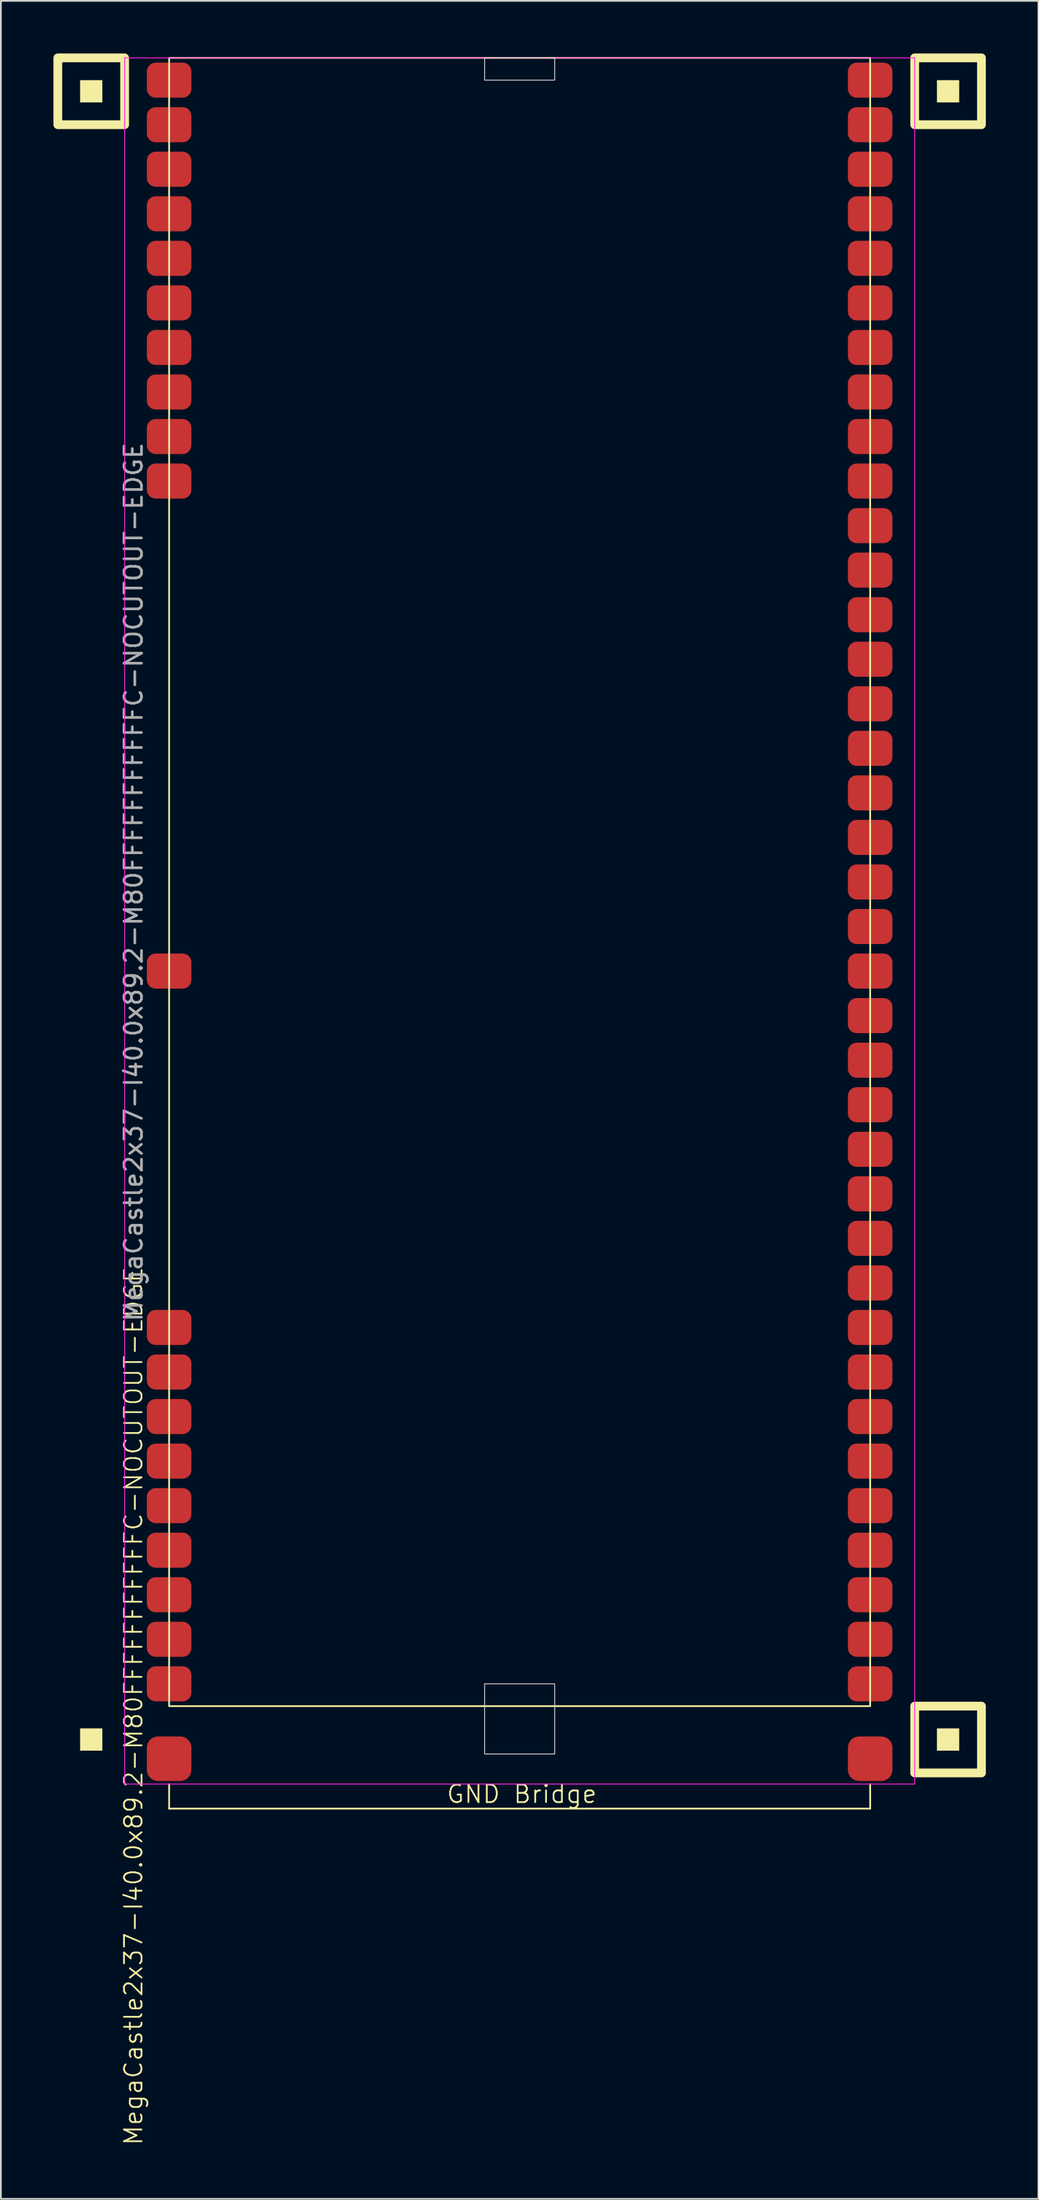
<source format=kicad_pcb>
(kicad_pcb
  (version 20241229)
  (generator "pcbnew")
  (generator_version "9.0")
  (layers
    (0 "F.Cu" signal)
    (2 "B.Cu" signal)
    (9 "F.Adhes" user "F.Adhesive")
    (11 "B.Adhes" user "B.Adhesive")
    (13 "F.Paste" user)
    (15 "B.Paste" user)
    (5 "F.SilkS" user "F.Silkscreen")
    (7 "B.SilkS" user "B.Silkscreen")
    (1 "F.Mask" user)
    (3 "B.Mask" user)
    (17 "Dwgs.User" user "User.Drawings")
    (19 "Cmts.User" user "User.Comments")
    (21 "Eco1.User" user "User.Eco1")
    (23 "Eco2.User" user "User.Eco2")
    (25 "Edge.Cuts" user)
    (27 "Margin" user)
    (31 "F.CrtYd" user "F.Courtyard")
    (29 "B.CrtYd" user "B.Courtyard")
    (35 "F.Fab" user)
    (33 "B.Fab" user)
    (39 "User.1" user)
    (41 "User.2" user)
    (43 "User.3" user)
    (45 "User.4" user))
  (footprint "MegaCastle2x37-I40.0x89.2-M80FFFFFFFFFFFC-NOCUTOUT-EDGE"
    (layer "F.Cu")
    (at 26.6 47.24)
    (property "Reference" "MegaCastle2x37-I40.0x89.2-M80FFFFFFFFFFFC-NOCUTOUT-EDGE" (at -22.032 46.99 90) (unlocked yes) (layer "F.SilkS") (effects (font (size 1 1) (thickness 0.1))))
    (attr smd)
    (fp_line (start -20 51.435) (end -20 52.835) (stroke (width 0.1) (type default)) (layer "F.SilkS"))
    (fp_line (start -20 52.835) (end 20 52.835) (stroke (width 0.1) (type default)) (layer "F.SilkS"))
    (fp_line (start 20 51.435) (end 20 52.835) (stroke (width 0.1) (type default)) (layer "F.SilkS"))
    (fp_rect (start -23.81 -44.45) (end -25.08 -45.72) (stroke (width 0) (type solid)) (fill yes) (layer "F.SilkS"))
    (fp_rect (start -23.81 49.53) (end -25.08 48.26) (stroke (width 0) (type solid)) (fill yes) (layer "F.SilkS"))
    (fp_rect (start -22.54 -43.18) (end -26.35 -46.99) (stroke (width 0.5) (type default)) (fill no) (layer "F.SilkS"))
    (fp_rect (start -20 -46.99) (end 20 46.99) (stroke (width 0.1) (type default)) (fill no) (layer "F.SilkS"))
    (fp_rect (start 25.08 -44.45) (end 23.81 -45.72) (stroke (width 0) (type solid)) (fill yes) (layer "F.SilkS"))
    (fp_rect (start 25.08 49.53) (end 23.81 48.26) (stroke (width 0) (type solid)) (fill yes) (layer "F.SilkS"))
    (fp_rect (start 26.35 -43.18) (end 22.54 -46.99) (stroke (width 0.5) (type default)) (fill no) (layer "F.SilkS"))
    (fp_rect (start 26.35 50.8) (end 22.54 46.99) (stroke (width 0.5) (type default)) (fill no) (layer "F.SilkS"))
    (fp_rect (start -2 -45.72) (end 2 -46.99) (stroke (width 0.05) (type default)) (fill no) (layer "Edge.Cuts"))
    (fp_rect (start -2 45.72) (end 2 49.72) (stroke (width 0.05) (type default)) (fill no) (layer "Edge.Cuts"))
    (fp_line (start -22.54 -46.99) (end -22.54 51.435) (stroke (width 0.05) (type default)) (layer "F.CrtYd"))
    (fp_line (start -22.54 51.435) (end 22.54 51.435) (stroke (width 0.05) (type default)) (layer "F.CrtYd"))
    (fp_line (start 22.54 -46.99) (end -22.54 -46.99) (stroke (width 0.05) (type default)) (layer "F.CrtYd"))
    (fp_line (start 22.54 -46.99) (end 22.54 51.435) (stroke (width 0.05) (type default)) (layer "F.CrtYd"))
    (fp_text user "GND Bridge" (at -4.226 52.59 0) (unlocked yes) (layer "F.SilkS") (effects (font (size 1 1) (thickness 0.1)) (justify left bottom)))
    (fp_text user "${REFERENCE}" (at -22.032 0 90) (unlocked yes) (layer "F.Fab") (effects (font (size 1 1) (thickness 0.15))))
    (pad "1" smd roundrect (at -20 -45.72) (size 2.54 2) (layers "F.Cu" "F.Mask" "F.Paste") (roundrect_rratio 0.25))
    (pad "2" smd roundrect (at -20 -43.18) (size 2.54 2) (layers "F.Cu" "F.Mask" "F.Paste") (roundrect_rratio 0.25))
    (pad "3" smd roundrect (at -20 -40.64) (size 2.54 2) (layers "F.Cu" "F.Mask" "F.Paste") (roundrect_rratio 0.25))
    (pad "4" smd roundrect (at -20 -38.1) (size 2.54 2) (layers "F.Cu" "F.Mask" "F.Paste") (roundrect_rratio 0.25))
    (pad "5" smd roundrect (at -20 -35.56) (size 2.54 2) (layers "F.Cu" "F.Mask" "F.Paste") (roundrect_rratio 0.25))
    (pad "6" smd roundrect (at -20 -33.02) (size 2.54 2) (layers "F.Cu" "F.Mask" "F.Paste") (roundrect_rratio 0.25))
    (pad "7" smd roundrect (at -20 -30.48) (size 2.54 2) (layers "F.Cu" "F.Mask" "F.Paste") (roundrect_rratio 0.25))
    (pad "8" smd roundrect (at -20 -27.94) (size 2.54 2) (layers "F.Cu" "F.Mask" "F.Paste") (roundrect_rratio 0.25))
    (pad "9" smd roundrect (at -20 -25.4) (size 2.54 2) (layers "F.Cu" "F.Mask" "F.Paste") (roundrect_rratio 0.25))
    (pad "10" smd roundrect (at -20 -22.86) (size 2.54 2) (layers "F.Cu" "F.Mask" "F.Paste") (roundrect_rratio 0.25))
    (pad "21" smd roundrect (at -20 5.08) (size 2.54 2) (layers "F.Cu" "F.Mask" "F.Paste") (roundrect_rratio 0.25))
    (pad "29" smd roundrect (at -20 25.4) (size 2.54 2) (layers "F.Cu" "F.Mask" "F.Paste") (roundrect_rratio 0.25))
    (pad "30" smd roundrect (at -20 27.94) (size 2.54 2) (layers "F.Cu" "F.Mask" "F.Paste") (roundrect_rratio 0.25))
    (pad "31" smd roundrect (at -20 30.48) (size 2.54 2) (layers "F.Cu" "F.Mask" "F.Paste") (roundrect_rratio 0.25))
    (pad "32" smd roundrect (at -20 33.02) (size 2.54 2) (layers "F.Cu" "F.Mask" "F.Paste") (roundrect_rratio 0.25))
    (pad "33" smd roundrect (at -20 35.56) (size 2.54 2) (layers "F.Cu" "F.Mask" "F.Paste") (roundrect_rratio 0.25))
    (pad "34" smd roundrect (at -20 38.1) (size 2.54 2) (layers "F.Cu" "F.Mask" "F.Paste") (roundrect_rratio 0.25))
    (pad "35" smd roundrect (at -20 40.64) (size 2.54 2) (layers "F.Cu" "F.Mask" "F.Paste") (roundrect_rratio 0.25))
    (pad "36" smd roundrect (at -20 43.18) (size 2.54 2) (layers "F.Cu" "F.Mask" "F.Paste") (roundrect_rratio 0.25))
    (pad "37" smd roundrect (at -20 45.72) (size 2.54 2) (layers "F.Cu" "F.Mask" "F.Paste") (roundrect_rratio 0.25))
    (pad "38" smd roundrect (at 20 -45.72) (size 2.54 2) (layers "F.Cu" "F.Mask" "F.Paste") (roundrect_rratio 0.25))
    (pad "39" smd roundrect (at 20 -43.18) (size 2.54 2) (layers "F.Cu" "F.Mask" "F.Paste") (roundrect_rratio 0.25))
    (pad "40" smd roundrect (at 20 -40.64) (size 2.54 2) (layers "F.Cu" "F.Mask" "F.Paste") (roundrect_rratio 0.25))
    (pad "41" smd roundrect (at 20 -38.1) (size 2.54 2) (layers "F.Cu" "F.Mask" "F.Paste") (roundrect_rratio 0.25))
    (pad "42" smd roundrect (at 20 -35.56) (size 2.54 2) (layers "F.Cu" "F.Mask" "F.Paste") (roundrect_rratio 0.25))
    (pad "43" smd roundrect (at 20 -33.02) (size 2.54 2) (layers "F.Cu" "F.Mask" "F.Paste") (roundrect_rratio 0.25))
    (pad "44" smd roundrect (at 20 -30.48) (size 2.54 2) (layers "F.Cu" "F.Mask" "F.Paste") (roundrect_rratio 0.25))
    (pad "45" smd roundrect (at 20 -27.94) (size 2.54 2) (layers "F.Cu" "F.Mask" "F.Paste") (roundrect_rratio 0.25))
    (pad "46" smd roundrect (at 20 -25.4) (size 2.54 2) (layers "F.Cu" "F.Mask" "F.Paste") (roundrect_rratio 0.25))
    (pad "47" smd roundrect (at 20 -22.86) (size 2.54 2) (layers "F.Cu" "F.Mask" "F.Paste") (roundrect_rratio 0.25))
    (pad "48" smd roundrect (at 20 -20.32) (size 2.54 2) (layers "F.Cu" "F.Mask" "F.Paste") (roundrect_rratio 0.25))
    (pad "49" smd roundrect (at 20 -17.78) (size 2.54 2) (layers "F.Cu" "F.Mask" "F.Paste") (roundrect_rratio 0.25))
    (pad "50" smd roundrect (at 20 -15.24) (size 2.54 2) (layers "F.Cu" "F.Mask" "F.Paste") (roundrect_rratio 0.25))
    (pad "51" smd roundrect (at 20 -12.7) (size 2.54 2) (layers "F.Cu" "F.Mask" "F.Paste") (roundrect_rratio 0.25))
    (pad "52" smd roundrect (at 20 -10.16) (size 2.54 2) (layers "F.Cu" "F.Mask" "F.Paste") (roundrect_rratio 0.25))
    (pad "53" smd roundrect (at 20 -7.62) (size 2.54 2) (layers "F.Cu" "F.Mask" "F.Paste") (roundrect_rratio 0.25))
    (pad "54" smd roundrect (at 20 -5.08) (size 2.54 2) (layers "F.Cu" "F.Mask" "F.Paste") (roundrect_rratio 0.25))
    (pad "55" smd roundrect (at 20 -2.54) (size 2.54 2) (layers "F.Cu" "F.Mask" "F.Paste") (roundrect_rratio 0.25))
    (pad "56" smd roundrect (at 20 0) (size 2.54 2) (layers "F.Cu" "F.Mask" "F.Paste") (roundrect_rratio 0.25))
    (pad "57" smd roundrect (at 20 2.54) (size 2.54 2) (layers "F.Cu" "F.Mask" "F.Paste") (roundrect_rratio 0.25))
    (pad "58" smd roundrect (at 20 5.08) (size 2.54 2) (layers "F.Cu" "F.Mask" "F.Paste") (roundrect_rratio 0.25))
    (pad "59" smd roundrect (at 20 7.62) (size 2.54 2) (layers "F.Cu" "F.Mask" "F.Paste") (roundrect_rratio 0.25))
    (pad "60" smd roundrect (at 20 10.16) (size 2.54 2) (layers "F.Cu" "F.Mask" "F.Paste") (roundrect_rratio 0.25))
    (pad "61" smd roundrect (at 20 12.7) (size 2.54 2) (layers "F.Cu" "F.Mask" "F.Paste") (roundrect_rratio 0.25))
    (pad "62" smd roundrect (at 20 15.24) (size 2.54 2) (layers "F.Cu" "F.Mask" "F.Paste") (roundrect_rratio 0.25))
    (pad "63" smd roundrect (at 20 17.78) (size 2.54 2) (layers "F.Cu" "F.Mask" "F.Paste") (roundrect_rratio 0.25))
    (pad "64" smd roundrect (at 20 20.32) (size 2.54 2) (layers "F.Cu" "F.Mask" "F.Paste") (roundrect_rratio 0.25))
    (pad "65" smd roundrect (at 20 22.86) (size 2.54 2) (layers "F.Cu" "F.Mask" "F.Paste") (roundrect_rratio 0.25))
    (pad "66" smd roundrect (at 20 25.4) (size 2.54 2) (layers "F.Cu" "F.Mask" "F.Paste") (roundrect_rratio 0.25))
    (pad "67" smd roundrect (at 20 27.94) (size 2.54 2) (layers "F.Cu" "F.Mask" "F.Paste") (roundrect_rratio 0.25))
    (pad "68" smd roundrect (at 20 30.48) (size 2.54 2) (layers "F.Cu" "F.Mask" "F.Paste") (roundrect_rratio 0.25))
    (pad "69" smd roundrect (at 20 33.02) (size 2.54 2) (layers "F.Cu" "F.Mask" "F.Paste") (roundrect_rratio 0.25))
    (pad "70" smd roundrect (at 20 35.56) (size 2.54 2) (layers "F.Cu" "F.Mask" "F.Paste") (roundrect_rratio 0.25))
    (pad "71" smd roundrect (at 20 38.1) (size 2.54 2) (layers "F.Cu" "F.Mask" "F.Paste") (roundrect_rratio 0.25))
    (pad "72" smd roundrect (at 20 40.64) (size 2.54 2) (layers "F.Cu" "F.Mask" "F.Paste") (roundrect_rratio 0.25))
    (pad "73" smd roundrect (at 20 43.18) (size 2.54 2) (layers "F.Cu" "F.Mask" "F.Paste") (roundrect_rratio 0.25))
    (pad "74" smd roundrect (at 20 45.72) (size 2.54 2) (layers "F.Cu" "F.Mask" "F.Paste") (roundrect_rratio 0.25))
    (pad "B1" smd roundrect (at -20 49.99) (size 2.54 2.54) (layers "F.Cu" "F.Mask" "F.Paste") (roundrect_rratio 0.25))
    (pad "B2" smd roundrect (at 20 49.99) (size 2.54 2.54) (layers "F.Cu" "F.Mask" "F.Paste") (roundrect_rratio 0.25)))
  (gr_rect
    (start -3 -3)
    (end 56.2 122.328)
    (stroke (width 0.1) (type default))
    (fill no)
    (layer "Edge.Cuts")))
</source>
